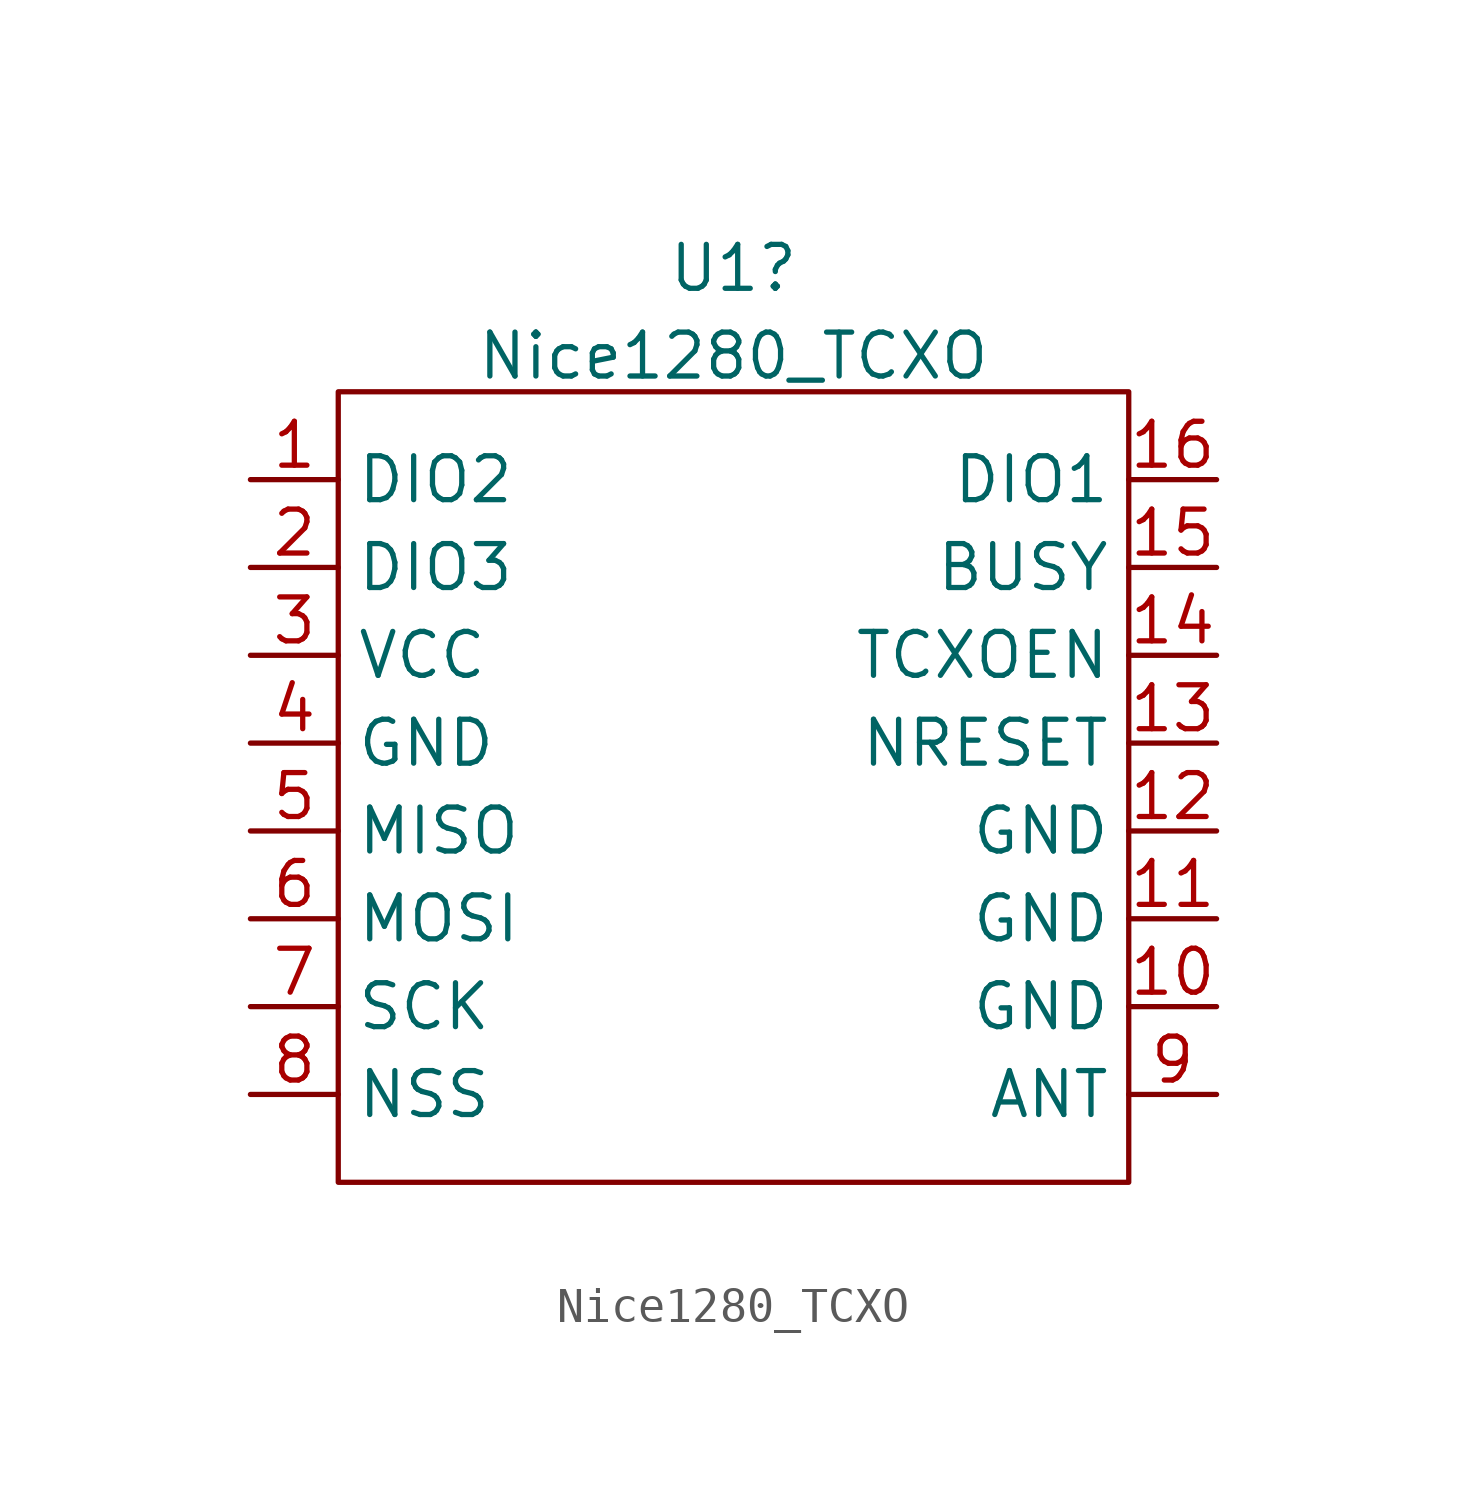
<source format=kicad_sym>
(kicad_symbol_lib
  (version 20211014)
  (generator kicad_symbol_editor)
  (symbol "Nice1280_TCXO"
    (property "Reference" "U1"
      (at 2.54 -1.507 0)
      (effects (font (size 1.27 1.27))))
    (property "Value" "Nice1280_TCXO"
      (at 2.54 -4.044 0)
      (effects (font (size 1.27 1.27))))
    (symbol "Nice1280_TCXO_0_1"
      (rectangle (start -8.89 -5.08) (end 13.97 -27.94) (stroke (width 0) (type default) (color 0 0 0 0)) (fill (type none))))
    (symbol "Nice1280_TCXO_1_1"
      (pin input line (at -11.43 -7.62 0) (length 2.54) (name "DIO2" (effects (font (size 1.27 1.27)))) (number "1" (effects (font (size 1.27 1.27)))))
      (pin input line (at 16.51 -22.86 180) (length 2.54) (name "GND" (effects (font (size 1.27 1.27)))) (number "10" (effects (font (size 1.27 1.27)))))
      (pin input line (at 16.51 -20.32 180) (length 2.54) (name "GND" (effects (font (size 1.27 1.27)))) (number "11" (effects (font (size 1.27 1.27)))))
      (pin input line (at 16.51 -17.78 180) (length 2.54) (name "GND" (effects (font (size 1.27 1.27)))) (number "12" (effects (font (size 1.27 1.27)))))
      (pin input line (at 16.51 -15.24 180) (length 2.54) (name "NRESET" (effects (font (size 1.27 1.27)))) (number "13" (effects (font (size 1.27 1.27)))))
      (pin input line (at 16.51 -12.7 180) (length 2.54) (name "TCXOEN" (effects (font (size 1.27 1.27)))) (number "14" (effects (font (size 1.27 1.27)))))
      (pin input line (at 16.51 -10.16 180) (length 2.54) (name "BUSY" (effects (font (size 1.27 1.27)))) (number "15" (effects (font (size 1.27 1.27)))))
      (pin input line (at 16.51 -7.62 180) (length 2.54) (name "DIO1" (effects (font (size 1.27 1.27)))) (number "16" (effects (font (size 1.27 1.27)))))
      (pin input line (at -11.43 -10.16 0) (length 2.54) (name "DIO3" (effects (font (size 1.27 1.27)))) (number "2" (effects (font (size 1.27 1.27)))))
      (pin input line (at -11.43 -12.7 0) (length 2.54) (name "VCC" (effects (font (size 1.27 1.27)))) (number "3" (effects (font (size 1.27 1.27)))))
      (pin input line (at -11.43 -15.24 0) (length 2.54) (name "GND" (effects (font (size 1.27 1.27)))) (number "4" (effects (font (size 1.27 1.27)))))
      (pin input line (at -11.43 -17.78 0) (length 2.54) (name "MISO" (effects (font (size 1.27 1.27)))) (number "5" (effects (font (size 1.27 1.27)))))
      (pin input line (at -11.43 -20.32 0) (length 2.54) (name "MOSI" (effects (font (size 1.27 1.27)))) (number "6" (effects (font (size 1.27 1.27)))))
      (pin input line (at -11.43 -22.86 0) (length 2.54) (name "SCK" (effects (font (size 1.27 1.27)))) (number "7" (effects (font (size 1.27 1.27)))))
      (pin input line (at -11.43 -25.4 0) (length 2.54) (name "NSS" (effects (font (size 1.27 1.27)))) (number "8" (effects (font (size 1.27 1.27)))))
      (pin input line (at 16.51 -25.4 180) (length 2.54) (name "ANT" (effects (font (size 1.27 1.27)))) (number "9" (effects (font (size 1.27 1.27))))))))
</source>
